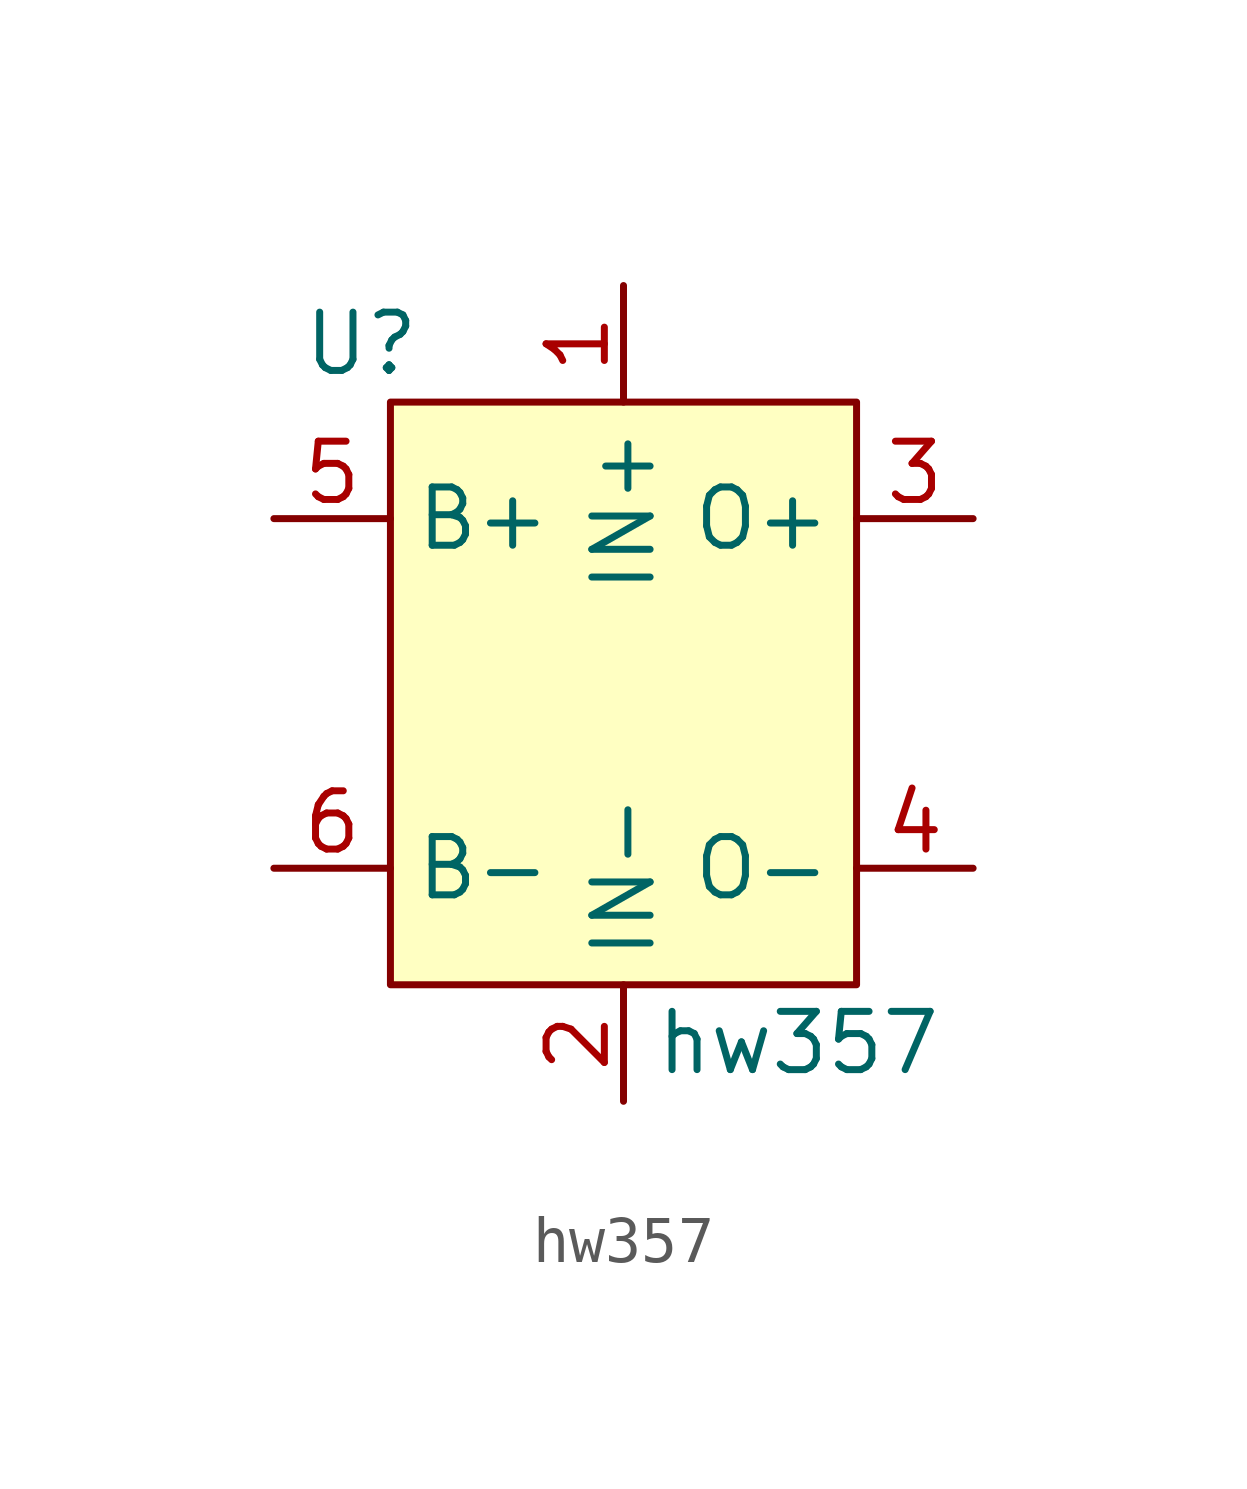
<source format=kicad_sym>
(kicad_symbol_lib
  (version 20231120)
  (generator "kicad_symbol_editor")
  (generator_version "8.0")
  (symbol "hw357"
    (property "Reference" "U"
      (at -5.715 7.62 0)
      (effects (font (size 1.27 1.27))))
    (property "Value" "hw357"
      (at 3.81 -7.62 0)
      (effects (font (size 1.27 1.27))))
    (symbol "hw357_0_1"
      (rectangle (start -5.08 6.35) (end 5.08 -6.35) (stroke (width 0) (type default)) (fill (type background))))
    (symbol "hw357_1_1"
      (pin power_in line (at 0 8.89 270) (length 2.54) (name "IN+" (effects (font (size 1.27 1.27)))) (number "1" (effects (font (size 1.27 1.27)))))
      (pin power_in line (at 0 -8.89 90) (length 2.54) (name "IN-" (effects (font (size 1.27 1.27)))) (number "2" (effects (font (size 1.27 1.27)))))
      (pin power_out line (at 7.62 3.81 180) (length 2.54) (name "O+" (effects (font (size 1.27 1.27)))) (number "3" (effects (font (size 1.27 1.27)))))
      (pin power_out line (at 7.62 -3.81 180) (length 2.54) (name "O-" (effects (font (size 1.27 1.27)))) (number "4" (effects (font (size 1.27 1.27)))))
      (pin power_in line (at -7.62 3.81 0) (length 2.54) (name "B+" (effects (font (size 1.27 1.27)))) (number "5" (effects (font (size 1.27 1.27)))))
      (pin power_in line (at -7.62 -3.81 0) (length 2.54) (name "B-" (effects (font (size 1.27 1.27)))) (number "6" (effects (font (size 1.27 1.27))))))))
</source>
